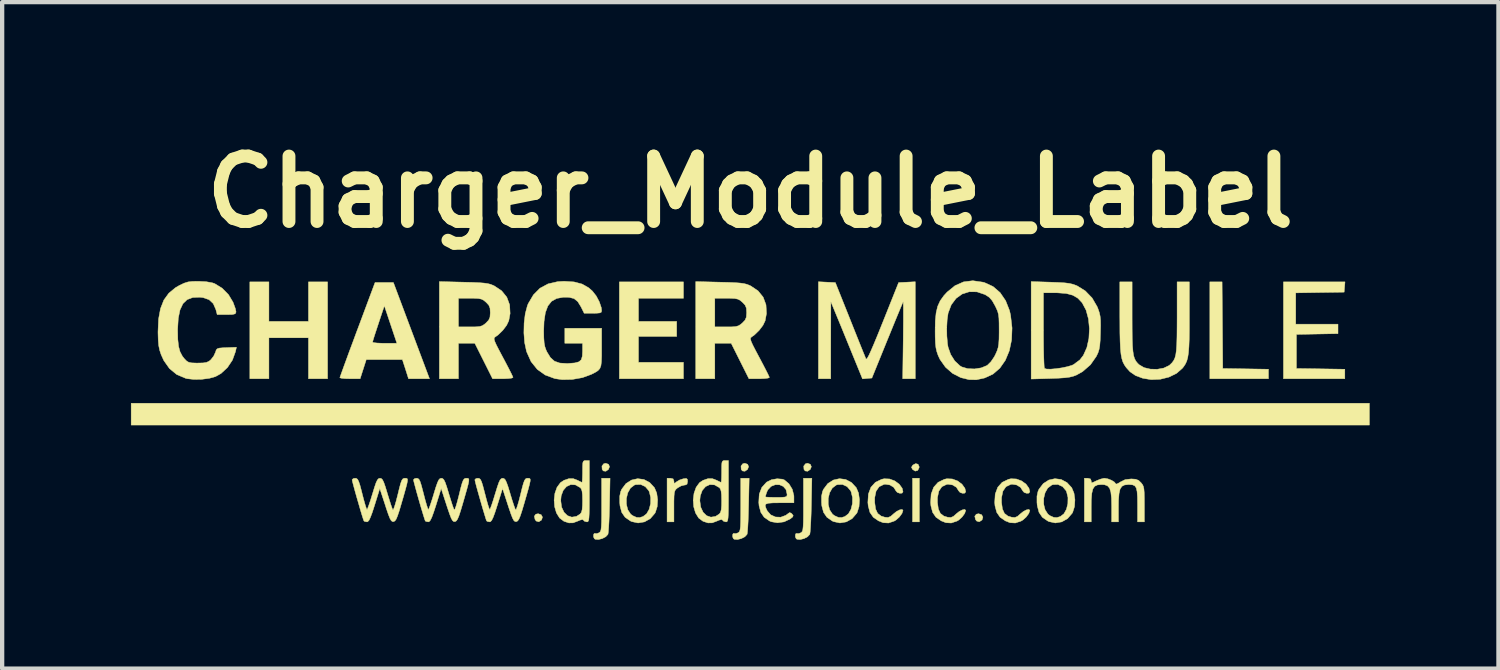
<source format=kicad_pcb>
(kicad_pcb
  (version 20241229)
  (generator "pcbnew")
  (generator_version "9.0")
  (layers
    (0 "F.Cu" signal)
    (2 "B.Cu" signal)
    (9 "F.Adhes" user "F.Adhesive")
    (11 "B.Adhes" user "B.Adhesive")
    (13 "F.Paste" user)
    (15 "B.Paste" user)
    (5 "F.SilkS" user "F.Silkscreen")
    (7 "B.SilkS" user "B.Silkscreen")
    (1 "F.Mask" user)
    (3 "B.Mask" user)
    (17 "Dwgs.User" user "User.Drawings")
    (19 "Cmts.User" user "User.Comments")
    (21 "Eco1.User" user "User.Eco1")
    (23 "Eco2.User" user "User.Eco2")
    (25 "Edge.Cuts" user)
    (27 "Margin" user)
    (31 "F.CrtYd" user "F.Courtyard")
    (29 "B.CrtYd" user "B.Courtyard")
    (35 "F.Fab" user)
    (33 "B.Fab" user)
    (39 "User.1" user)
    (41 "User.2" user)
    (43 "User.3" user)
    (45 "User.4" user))
  (footprint "Charger_Module_Label"
    (layer "F.Cu")
    (at 14.419 6.498)
    (property "Reference" "Charger_Module_Label" (at 0 -5.08 0) (layer "F.SilkS") (effects (font (size 1.524 1.524) (thickness 0.3))))
    (attr through_hole)
    (fp_poly (pts (xy 3.937 2.603) (xy 3.778 2.603) (xy 3.778 1.587) (xy 3.937 1.587) (xy 3.937 2.603)) (stroke (width 0.01) (type solid)) (fill yes) (layer "F.SilkS"))
    (fp_poly (pts (xy 14.415 0.349) (xy -14.415 0.349) (xy -14.415 -0.159) (xy 14.415 -0.159) (xy 14.415 0.349)) (stroke (width 0.01) (type solid)) (fill yes) (layer "F.SilkS"))
    (fp_poly (pts (xy 10.993 -1.976) (xy 11.001 -0.968) (xy 11.533 -0.96) (xy 12.065 -0.951) (xy 12.065 -0.73) (xy 10.7 -0.73) (xy 10.7 -2.985) (xy 10.985 -2.985) (xy 10.993 -1.976)) (stroke (width 0.01) (type solid)) (fill yes) (layer "F.SilkS"))
    (fp_poly (pts (xy -3.301 1.262) (xy -3.277 1.318) (xy -3.302 1.382) (xy -3.363 1.424) (xy -3.421 1.417) (xy -3.449 1.381) (xy -3.454 1.303) (xy -3.413 1.25) (xy -3.365 1.238) (xy -3.301 1.262)) (stroke (width 0.01) (type solid)) (fill yes) (layer "F.SilkS"))
    (fp_poly (pts (xy -0.062 1.262) (xy -0.039 1.318) (xy -0.064 1.382) (xy -0.125 1.424) (xy -0.183 1.417) (xy -0.211 1.381) (xy -0.216 1.303) (xy -0.175 1.25) (xy -0.127 1.238) (xy -0.062 1.262)) (stroke (width 0.01) (type solid)) (fill yes) (layer "F.SilkS"))
    (fp_poly (pts (xy 1.398 1.262) (xy 1.422 1.318) (xy 1.397 1.382) (xy 1.336 1.424) (xy 1.278 1.417) (xy 1.25 1.381) (xy 1.245 1.303) (xy 1.286 1.25) (xy 1.333 1.238) (xy 1.398 1.262)) (stroke (width 0.01) (type solid)) (fill yes) (layer "F.SilkS"))
    (fp_poly (pts (xy -4.869 2.436) (xy -4.839 2.492) (xy -4.859 2.557) (xy -4.861 2.56) (xy -4.924 2.601) (xy -4.985 2.583) (xy -5.011 2.548) (xy -5.028 2.471) (xy -4.993 2.424) (xy -4.938 2.413) (xy -4.869 2.436)) (stroke (width 0.01) (type solid)) (fill yes) (layer "F.SilkS"))
    (fp_poly (pts (xy 5.386 2.436) (xy 5.416 2.492) (xy 5.397 2.557) (xy 5.394 2.56) (xy 5.331 2.601) (xy 5.27 2.583) (xy 5.244 2.548) (xy 5.227 2.471) (xy 5.263 2.424) (xy 5.317 2.413) (xy 5.386 2.436)) (stroke (width 0.01) (type solid)) (fill yes) (layer "F.SilkS"))
    (fp_poly (pts (xy 3.906 1.261) (xy 3.932 1.317) (xy 3.931 1.341) (xy 3.899 1.405) (xy 3.841 1.421) (xy 3.779 1.382) (xy 3.778 1.381) (xy 3.753 1.333) (xy 3.779 1.288) (xy 3.786 1.28) (xy 3.851 1.246) (xy 3.906 1.261)) (stroke (width 0.01) (type solid)) (fill yes) (layer "F.SilkS"))
    (fp_poly (pts (xy -11.208 -2.064) (xy -10.287 -2.064) (xy -10.287 -2.985) (xy -9.842 -2.985) (xy -9.842 -0.73) (xy -10.287 -0.73) (xy -10.287 -1.683) (xy -11.208 -1.683) (xy -11.208 -0.73) (xy -11.652 -0.73) (xy -11.652 -2.985) (xy -11.208 -2.985) (xy -11.208 -2.064)) (stroke (width 0.01) (type solid)) (fill yes) (layer "F.SilkS"))
    (fp_poly (pts (xy -1.556 -2.603) (xy -2.603 -2.603) (xy -2.603 -2.064) (xy -1.714 -2.064) (xy -1.714 -1.714) (xy -2.603 -1.714) (xy -2.603 -1.111) (xy -1.556 -1.111) (xy -1.556 -0.73) (xy -3.048 -0.73) (xy -3.048 -2.985) (xy -1.556 -2.985) (xy -1.556 -2.603)) (stroke (width 0.01) (type solid)) (fill yes) (layer "F.SilkS"))
    (fp_poly (pts (xy 13.837 -2.865) (xy 13.827 -2.746) (xy 13.264 -2.738) (xy 12.7 -2.729) (xy 12.7 -2) (xy 13.684 -2) (xy 13.684 -1.78) (xy 13.2 -1.771) (xy 12.716 -1.762) (xy 12.716 -0.968) (xy 13.279 -0.96) (xy 13.843 -0.951) (xy 13.843 -0.73) (xy 12.414 -0.73) (xy 12.414 -2.985) (xy 13.847 -2.985) (xy 13.837 -2.865)) (stroke (width 0.01) (type solid)) (fill yes) (layer "F.SilkS"))
    (fp_poly (pts (xy -1.796 1.602) (xy -1.778 1.653) (xy -1.778 1.656) (xy -1.774 1.703) (xy -1.75 1.698) (xy -1.72 1.672) (xy -1.647 1.628) (xy -1.562 1.6) (xy -1.492 1.591) (xy -1.465 1.611) (xy -1.46 1.663) (xy -1.473 1.726) (xy -1.519 1.746) (xy -1.536 1.746) (xy -1.613 1.766) (xy -1.694 1.812) (xy -1.73 1.843) (xy -1.754 1.877) (xy -1.768 1.927) (xy -1.775 2.005) (xy -1.778 2.125) (xy -1.778 2.241) (xy -1.778 2.603) (xy -1.937 2.603) (xy -1.937 1.587) (xy -1.857 1.587) (xy -1.796 1.602)) (stroke (width 0.01) (type solid)) (fill yes) (layer "F.SilkS"))
    (fp_poly (pts (xy -3.277 2.215) (xy -3.282 2.41) (xy -3.289 2.587) (xy -3.297 2.732) (xy -3.305 2.837) (xy -3.313 2.891) (xy -3.314 2.893) (xy -3.365 2.949) (xy -3.447 2.992) (xy -3.537 3.014) (xy -3.61 3.008) (xy -3.63 2.995) (xy -3.649 2.953) (xy -3.649 2.903) (xy -3.634 2.872) (xy -3.62 2.873) (xy -3.571 2.875) (xy -3.525 2.858) (xy -3.503 2.843) (xy -3.486 2.819) (xy -3.475 2.778) (xy -3.468 2.711) (xy -3.463 2.608) (xy -3.461 2.462) (xy -3.461 2.263) (xy -3.461 2.206) (xy -3.461 1.587) (xy -3.265 1.587) (xy -3.277 2.215)) (stroke (width 0.01) (type solid)) (fill yes) (layer "F.SilkS"))
    (fp_poly (pts (xy -0.039 2.215) (xy -0.044 2.41) (xy -0.05 2.587) (xy -0.058 2.732) (xy -0.066 2.837) (xy -0.074 2.891) (xy -0.075 2.893) (xy -0.126 2.949) (xy -0.209 2.992) (xy -0.299 3.014) (xy -0.372 3.008) (xy -0.392 2.995) (xy -0.41 2.953) (xy -0.411 2.903) (xy -0.396 2.872) (xy -0.382 2.873) (xy -0.332 2.875) (xy -0.286 2.858) (xy -0.264 2.843) (xy -0.248 2.819) (xy -0.237 2.778) (xy -0.229 2.711) (xy -0.225 2.608) (xy -0.223 2.462) (xy -0.222 2.263) (xy -0.222 2.206) (xy -0.222 1.587) (xy -0.026 1.587) (xy -0.039 2.215)) (stroke (width 0.01) (type solid)) (fill yes) (layer "F.SilkS"))
    (fp_poly (pts (xy 1.422 2.215) (xy 1.417 2.41) (xy 1.41 2.587) (xy 1.402 2.732) (xy 1.394 2.837) (xy 1.386 2.891) (xy 1.385 2.893) (xy 1.334 2.949) (xy 1.252 2.992) (xy 1.162 3.014) (xy 1.089 3.008) (xy 1.069 2.995) (xy 1.05 2.953) (xy 1.05 2.903) (xy 1.065 2.872) (xy 1.079 2.873) (xy 1.128 2.875) (xy 1.174 2.858) (xy 1.196 2.843) (xy 1.213 2.819) (xy 1.224 2.778) (xy 1.231 2.711) (xy 1.236 2.608) (xy 1.238 2.462) (xy 1.238 2.263) (xy 1.238 2.206) (xy 1.238 1.587) (xy 1.434 1.587) (xy 1.422 2.215)) (stroke (width 0.01) (type solid)) (fill yes) (layer "F.SilkS"))
    (fp_poly (pts (xy -7.889 -1.849) (xy -7.469 -0.73) (xy -7.957 -0.73) (xy -8.028 -0.953) (xy -8.1 -1.175) (xy -8.52 -1.175) (xy -8.941 -1.175) (xy -9.084 -0.73) (xy -9.32 -0.73) (xy -9.434 -0.733) (xy -9.517 -0.741) (xy -9.555 -0.752) (xy -9.556 -0.754) (xy -9.545 -0.788) (xy -9.514 -0.875) (xy -9.466 -1.008) (xy -9.403 -1.18) (xy -9.328 -1.385) (xy -9.255 -1.58) (xy -8.795 -1.58) (xy -8.765 -1.57) (xy -8.687 -1.561) (xy -8.573 -1.556) (xy -8.511 -1.556) (xy -8.228 -1.556) (xy -8.52 -2.428) (xy -8.657 -2.017) (xy -8.707 -1.865) (xy -8.75 -1.734) (xy -8.78 -1.637) (xy -8.794 -1.585) (xy -8.795 -1.58) (xy -9.255 -1.58) (xy -9.242 -1.615) (xy -9.15 -1.864) (xy -9.146 -1.873) (xy -8.737 -2.969) (xy -8.309 -2.969) (xy -7.889 -1.849)) (stroke (width 0.01) (type solid)) (fill yes) (layer "F.SilkS"))
    (fp_poly (pts (xy -2.477 1.616) (xy -2.341 1.688) (xy -2.231 1.807) (xy -2.178 1.933) (xy -2.157 2.088) (xy -2.167 2.247) (xy -2.21 2.383) (xy -2.221 2.403) (xy -2.328 2.527) (xy -2.463 2.603) (xy -2.612 2.628) (xy -2.761 2.596) (xy -2.792 2.581) (xy -2.915 2.495) (xy -2.993 2.382) (xy -3.033 2.231) (xy -3.04 2.151) (xy -3.04 2.057) (xy -2.884 2.057) (xy -2.884 2.195) (xy -2.851 2.323) (xy -2.784 2.424) (xy -2.735 2.46) (xy -2.647 2.499) (xy -2.573 2.502) (xy -2.496 2.478) (xy -2.414 2.415) (xy -2.354 2.31) (xy -2.321 2.178) (xy -2.319 2.037) (xy -2.35 1.905) (xy -2.364 1.876) (xy -2.444 1.782) (xy -2.552 1.732) (xy -2.669 1.736) (xy -2.697 1.745) (xy -2.789 1.815) (xy -2.852 1.925) (xy -2.884 2.057) (xy -3.04 2.057) (xy -3.04 2.005) (xy -3.017 1.897) (xy -2.994 1.844) (xy -2.894 1.711) (xy -2.765 1.629) (xy -2.622 1.597) (xy -2.477 1.616)) (stroke (width 0.01) (type solid)) (fill yes) (layer "F.SilkS"))
    (fp_poly (pts (xy 2.222 1.616) (xy 2.358 1.688) (xy 2.468 1.807) (xy 2.521 1.933) (xy 2.542 2.088) (xy 2.532 2.247) (xy 2.489 2.383) (xy 2.478 2.403) (xy 2.371 2.527) (xy 2.236 2.603) (xy 2.087 2.628) (xy 1.938 2.596) (xy 1.907 2.581) (xy 1.784 2.495) (xy 1.706 2.382) (xy 1.666 2.231) (xy 1.659 2.151) (xy 1.659 2.057) (xy 1.815 2.057) (xy 1.815 2.195) (xy 1.848 2.323) (xy 1.915 2.424) (xy 1.964 2.46) (xy 2.052 2.499) (xy 2.126 2.502) (xy 2.203 2.478) (xy 2.285 2.415) (xy 2.345 2.31) (xy 2.378 2.178) (xy 2.38 2.037) (xy 2.349 1.905) (xy 2.335 1.876) (xy 2.255 1.782) (xy 2.147 1.732) (xy 2.03 1.736) (xy 2.002 1.745) (xy 1.91 1.815) (xy 1.847 1.925) (xy 1.815 2.057) (xy 1.659 2.057) (xy 1.659 2.005) (xy 1.682 1.897) (xy 1.705 1.844) (xy 1.805 1.711) (xy 1.934 1.629) (xy 2.077 1.597) (xy 2.222 1.616)) (stroke (width 0.01) (type solid)) (fill yes) (layer "F.SilkS"))
    (fp_poly (pts (xy 3.242 1.604) (xy 3.364 1.649) (xy 3.468 1.725) (xy 3.537 1.82) (xy 3.556 1.903) (xy 3.533 1.934) (xy 3.48 1.937) (xy 3.424 1.917) (xy 3.389 1.878) (xy 3.389 1.876) (xy 3.339 1.797) (xy 3.249 1.743) (xy 3.143 1.726) (xy 3.11 1.731) (xy 3.001 1.784) (xy 2.929 1.887) (xy 2.897 2.039) (xy 2.897 2.152) (xy 2.918 2.304) (xy 2.966 2.406) (xy 3.047 2.468) (xy 3.134 2.495) (xy 3.208 2.501) (xy 3.269 2.475) (xy 3.335 2.417) (xy 3.405 2.361) (xy 3.477 2.324) (xy 3.533 2.313) (xy 3.556 2.334) (xy 3.556 2.335) (xy 3.532 2.407) (xy 3.472 2.489) (xy 3.394 2.559) (xy 3.354 2.583) (xy 3.218 2.629) (xy 3.094 2.622) (xy 2.987 2.58) (xy 2.864 2.495) (xy 2.786 2.383) (xy 2.746 2.231) (xy 2.738 2.151) (xy 2.75 1.955) (xy 2.809 1.797) (xy 2.913 1.682) (xy 3.058 1.612) (xy 3.116 1.599) (xy 3.242 1.604)) (stroke (width 0.01) (type solid)) (fill yes) (layer "F.SilkS"))
    (fp_poly (pts (xy 4.702 1.604) (xy 4.825 1.649) (xy 4.928 1.725) (xy 4.997 1.82) (xy 5.016 1.903) (xy 4.993 1.934) (xy 4.94 1.937) (xy 4.884 1.917) (xy 4.85 1.878) (xy 4.849 1.876) (xy 4.799 1.797) (xy 4.71 1.743) (xy 4.604 1.726) (xy 4.571 1.731) (xy 4.461 1.784) (xy 4.39 1.887) (xy 4.358 2.039) (xy 4.358 2.152) (xy 4.379 2.304) (xy 4.426 2.406) (xy 4.507 2.468) (xy 4.595 2.495) (xy 4.669 2.501) (xy 4.73 2.475) (xy 4.795 2.417) (xy 4.865 2.361) (xy 4.937 2.324) (xy 4.993 2.313) (xy 5.016 2.334) (xy 5.016 2.335) (xy 4.992 2.407) (xy 4.932 2.489) (xy 4.855 2.559) (xy 4.815 2.583) (xy 4.679 2.629) (xy 4.555 2.622) (xy 4.447 2.58) (xy 4.324 2.495) (xy 4.246 2.383) (xy 4.206 2.231) (xy 4.199 2.151) (xy 4.211 1.955) (xy 4.27 1.797) (xy 4.373 1.682) (xy 4.518 1.612) (xy 4.576 1.599) (xy 4.702 1.604)) (stroke (width 0.01) (type solid)) (fill yes) (layer "F.SilkS"))
    (fp_poly (pts (xy 6.194 1.604) (xy 6.317 1.649) (xy 6.421 1.725) (xy 6.489 1.82) (xy 6.509 1.903) (xy 6.485 1.934) (xy 6.433 1.937) (xy 6.376 1.917) (xy 6.342 1.878) (xy 6.342 1.876) (xy 6.291 1.797) (xy 6.202 1.743) (xy 6.096 1.726) (xy 6.063 1.731) (xy 5.953 1.784) (xy 5.882 1.887) (xy 5.85 2.039) (xy 5.85 2.152) (xy 5.871 2.304) (xy 5.918 2.406) (xy 5.999 2.468) (xy 6.087 2.495) (xy 6.161 2.501) (xy 6.222 2.475) (xy 6.288 2.417) (xy 6.358 2.361) (xy 6.429 2.324) (xy 6.486 2.313) (xy 6.509 2.334) (xy 6.509 2.335) (xy 6.485 2.407) (xy 6.425 2.489) (xy 6.347 2.559) (xy 6.307 2.583) (xy 6.171 2.629) (xy 6.047 2.622) (xy 5.94 2.58) (xy 5.817 2.495) (xy 5.739 2.383) (xy 5.698 2.231) (xy 5.691 2.151) (xy 5.703 1.955) (xy 5.762 1.797) (xy 5.865 1.682) (xy 6.011 1.612) (xy 6.069 1.599) (xy 6.194 1.604)) (stroke (width 0.01) (type solid)) (fill yes) (layer "F.SilkS"))
    (fp_poly (pts (xy 7.239 1.616) (xy 7.374 1.688) (xy 7.484 1.807) (xy 7.537 1.933) (xy 7.559 2.088) (xy 7.549 2.247) (xy 7.506 2.383) (xy 7.494 2.403) (xy 7.387 2.527) (xy 7.252 2.603) (xy 7.103 2.628) (xy 6.954 2.596) (xy 6.924 2.581) (xy 6.8 2.495) (xy 6.723 2.382) (xy 6.683 2.231) (xy 6.675 2.151) (xy 6.675 2.057) (xy 6.832 2.057) (xy 6.832 2.195) (xy 6.865 2.323) (xy 6.931 2.424) (xy 6.98 2.46) (xy 7.068 2.499) (xy 7.142 2.502) (xy 7.22 2.478) (xy 7.302 2.415) (xy 7.361 2.31) (xy 7.394 2.178) (xy 7.397 2.037) (xy 7.365 1.905) (xy 7.352 1.876) (xy 7.272 1.782) (xy 7.164 1.732) (xy 7.046 1.736) (xy 7.019 1.745) (xy 6.926 1.815) (xy 6.864 1.925) (xy 6.832 2.057) (xy 6.675 2.057) (xy 6.675 2.005) (xy 6.698 1.897) (xy 6.721 1.844) (xy 6.822 1.711) (xy 6.95 1.629) (xy 7.093 1.597) (xy 7.239 1.616)) (stroke (width 0.01) (type solid)) (fill yes) (layer "F.SilkS"))
    (fp_poly (pts (xy 3.842 -0.73) (xy 3.549 -0.73) (xy 3.561 -1.632) (xy 3.563 -1.864) (xy 3.565 -2.072) (xy 3.565 -2.25) (xy 3.565 -2.39) (xy 3.563 -2.483) (xy 3.561 -2.522) (xy 3.56 -2.523) (xy 3.546 -2.492) (xy 3.511 -2.409) (xy 3.458 -2.282) (xy 3.39 -2.118) (xy 3.311 -1.925) (xy 3.223 -1.709) (xy 3.19 -1.629) (xy 2.831 -0.746) (xy 2.722 -0.737) (xy 2.613 -0.727) (xy 2.395 -1.26) (xy 2.311 -1.466) (xy 2.222 -1.684) (xy 2.136 -1.895) (xy 2.061 -2.077) (xy 2.027 -2.159) (xy 1.876 -2.524) (xy 1.874 -1.627) (xy 1.873 -0.73) (xy 1.587 -0.73) (xy 1.587 -2.988) (xy 1.784 -2.978) (xy 1.981 -2.969) (xy 2.324 -2.111) (xy 2.412 -1.89) (xy 2.494 -1.685) (xy 2.566 -1.505) (xy 2.625 -1.359) (xy 2.668 -1.254) (xy 2.691 -1.197) (xy 2.693 -1.193) (xy 2.706 -1.188) (xy 2.729 -1.216) (xy 2.764 -1.28) (xy 2.813 -1.387) (xy 2.878 -1.538) (xy 2.962 -1.74) (xy 3.065 -1.996) (xy 3.087 -2.05) (xy 3.454 -2.969) (xy 3.648 -2.978) (xy 3.842 -2.988) (xy 3.842 -0.73)) (stroke (width 0.01) (type solid)) (fill yes) (layer "F.SilkS"))
    (fp_poly (pts (xy 8.89 -2.158) (xy 8.891 -1.885) (xy 8.893 -1.667) (xy 8.899 -1.498) (xy 8.91 -1.368) (xy 8.925 -1.27) (xy 8.948 -1.197) (xy 8.978 -1.14) (xy 9.018 -1.091) (xy 9.054 -1.056) (xy 9.168 -0.989) (xy 9.315 -0.954) (xy 9.475 -0.95) (xy 9.627 -0.978) (xy 9.75 -1.037) (xy 9.772 -1.055) (xy 9.82 -1.102) (xy 9.857 -1.152) (xy 9.886 -1.212) (xy 9.907 -1.291) (xy 9.921 -1.395) (xy 9.93 -1.534) (xy 9.935 -1.714) (xy 9.937 -1.944) (xy 9.938 -2.158) (xy 9.938 -2.985) (xy 10.223 -2.985) (xy 10.223 -2.155) (xy 10.223 -1.874) (xy 10.22 -1.649) (xy 10.213 -1.472) (xy 10.202 -1.333) (xy 10.186 -1.227) (xy 10.163 -1.143) (xy 10.132 -1.075) (xy 10.092 -1.013) (xy 10.06 -0.973) (xy 9.925 -0.855) (xy 9.748 -0.768) (xy 9.546 -0.718) (xy 9.335 -0.709) (xy 9.139 -0.741) (xy 8.97 -0.804) (xy 8.842 -0.892) (xy 8.752 -0.992) (xy 8.71 -1.054) (xy 8.676 -1.12) (xy 8.651 -1.2) (xy 8.632 -1.3) (xy 8.619 -1.429) (xy 8.611 -1.594) (xy 8.606 -1.804) (xy 8.605 -2.067) (xy 8.604 -2.167) (xy 8.604 -2.985) (xy 8.89 -2.985) (xy 8.89 -2.158)) (stroke (width 0.01) (type solid)) (fill yes) (layer "F.SilkS"))
    (fp_poly (pts (xy 0.746 1.609) (xy 0.793 1.626) (xy 0.9 1.716) (xy 0.978 1.844) (xy 1.015 1.991) (xy 1.016 2.021) (xy 1.016 2.159) (xy 0.683 2.159) (xy 0.523 2.161) (xy 0.419 2.169) (xy 0.363 2.189) (xy 0.347 2.226) (xy 0.365 2.284) (xy 0.395 2.347) (xy 0.476 2.439) (xy 0.587 2.489) (xy 0.71 2.494) (xy 0.828 2.45) (xy 0.866 2.421) (xy 0.914 2.387) (xy 0.952 2.4) (xy 0.972 2.419) (xy 0.999 2.455) (xy 0.987 2.488) (xy 0.927 2.536) (xy 0.926 2.536) (xy 0.787 2.602) (xy 0.633 2.624) (xy 0.487 2.599) (xy 0.447 2.581) (xy 0.323 2.495) (xy 0.246 2.382) (xy 0.205 2.23) (xy 0.198 2.151) (xy 0.205 2.021) (xy 0.349 2.021) (xy 0.378 2.026) (xy 0.456 2.03) (xy 0.567 2.032) (xy 0.603 2.032) (xy 0.729 2.031) (xy 0.805 2.025) (xy 0.843 2.012) (xy 0.856 1.986) (xy 0.857 1.96) (xy 0.832 1.851) (xy 0.768 1.777) (xy 0.679 1.739) (xy 0.579 1.738) (xy 0.485 1.776) (xy 0.41 1.855) (xy 0.384 1.909) (xy 0.361 1.98) (xy 0.349 2.02) (xy 0.349 2.021) (xy 0.205 2.021) (xy 0.209 1.957) (xy 0.268 1.802) (xy 0.376 1.682) (xy 0.387 1.674) (xy 0.495 1.621) (xy 0.625 1.599) (xy 0.746 1.609)) (stroke (width 0.01) (type solid)) (fill yes) (layer "F.SilkS"))
    (fp_poly (pts (xy 7.921 1.603) (xy 7.938 1.648) (xy 7.941 1.684) (xy 7.961 1.691) (xy 8.014 1.668) (xy 8.055 1.648) (xy 8.149 1.609) (xy 8.233 1.588) (xy 8.247 1.587) (xy 8.325 1.601) (xy 8.41 1.634) (xy 8.478 1.676) (xy 8.509 1.715) (xy 8.509 1.717) (xy 8.531 1.722) (xy 8.587 1.694) (xy 8.612 1.677) (xy 8.727 1.62) (xy 8.869 1.603) (xy 8.973 1.61) (xy 9.041 1.637) (xy 9.099 1.692) (xy 9.131 1.733) (xy 9.152 1.776) (xy 9.165 1.834) (xy 9.172 1.919) (xy 9.175 2.045) (xy 9.176 2.193) (xy 9.176 2.603) (xy 9.017 2.603) (xy 9.017 2.211) (xy 9.015 2.027) (xy 9.006 1.897) (xy 8.987 1.813) (xy 8.952 1.763) (xy 8.899 1.74) (xy 8.822 1.734) (xy 8.804 1.734) (xy 8.716 1.743) (xy 8.653 1.775) (xy 8.61 1.84) (xy 8.586 1.946) (xy 8.574 2.1) (xy 8.572 2.242) (xy 8.572 2.603) (xy 8.414 2.603) (xy 8.414 2.242) (xy 8.41 2.049) (xy 8.395 1.91) (xy 8.366 1.818) (xy 8.318 1.764) (xy 8.248 1.738) (xy 8.176 1.734) (xy 8.085 1.742) (xy 8.02 1.773) (xy 7.977 1.836) (xy 7.952 1.938) (xy 7.94 2.088) (xy 7.938 2.242) (xy 7.938 2.603) (xy 7.779 2.603) (xy 7.779 1.587) (xy 7.858 1.587) (xy 7.921 1.603)) (stroke (width 0.01) (type solid)) (fill yes) (layer "F.SilkS"))
    (fp_poly (pts (xy -6.675 -2.978) (xy -6.468 -2.973) (xy -6.313 -2.966) (xy -6.199 -2.957) (xy -6.114 -2.945) (xy -6.047 -2.928) (xy -5.987 -2.904) (xy -5.961 -2.892) (xy -5.789 -2.777) (xy -5.669 -2.629) (xy -5.603 -2.451) (xy -5.592 -2.248) (xy -5.623 -2.08) (xy -5.674 -1.973) (xy -5.762 -1.857) (xy -5.87 -1.752) (xy -5.944 -1.699) (xy -5.961 -1.681) (xy -5.964 -1.651) (xy -5.949 -1.599) (xy -5.913 -1.518) (xy -5.852 -1.399) (xy -5.764 -1.233) (xy -5.761 -1.228) (xy -5.68 -1.075) (xy -5.611 -0.942) (xy -5.559 -0.839) (xy -5.529 -0.774) (xy -5.524 -0.759) (xy -5.554 -0.745) (xy -5.631 -0.735) (xy -5.74 -0.73) (xy -5.762 -0.73) (xy -6 -0.73) (xy -6.207 -1.143) (xy -6.414 -1.556) (xy -6.795 -1.556) (xy -6.795 -0.73) (xy -7.239 -0.73) (xy -7.239 -2.603) (xy -6.795 -2.603) (xy -6.795 -1.937) (xy -6.525 -1.937) (xy -6.391 -1.938) (xy -6.302 -1.946) (xy -6.241 -1.964) (xy -6.19 -1.997) (xy -6.155 -2.027) (xy -6.091 -2.094) (xy -6.061 -2.163) (xy -6.054 -2.263) (xy -6.054 -2.27) (xy -6.06 -2.373) (xy -6.088 -2.442) (xy -6.15 -2.509) (xy -6.155 -2.513) (xy -6.209 -2.558) (xy -6.262 -2.584) (xy -6.331 -2.598) (xy -6.435 -2.603) (xy -6.525 -2.603) (xy -6.795 -2.603) (xy -7.239 -2.603) (xy -7.239 -2.992) (xy -6.675 -2.978)) (stroke (width 0.01) (type solid)) (fill yes) (layer "F.SilkS"))
    (fp_poly (pts (xy -0.706 -2.978) (xy -0.499 -2.973) (xy -0.344 -2.966) (xy -0.23 -2.957) (xy -0.145 -2.945) (xy -0.078 -2.928) (xy -0.018 -2.904) (xy 0.008 -2.892) (xy 0.18 -2.777) (xy 0.3 -2.629) (xy 0.366 -2.451) (xy 0.377 -2.248) (xy 0.346 -2.08) (xy 0.295 -1.973) (xy 0.207 -1.857) (xy 0.099 -1.752) (xy 0.025 -1.699) (xy 0.008 -1.681) (xy 0.005 -1.651) (xy 0.02 -1.599) (xy 0.056 -1.518) (xy 0.117 -1.399) (xy 0.205 -1.233) (xy 0.208 -1.228) (xy 0.289 -1.075) (xy 0.358 -0.942) (xy 0.41 -0.839) (xy 0.44 -0.774) (xy 0.445 -0.759) (xy 0.415 -0.745) (xy 0.338 -0.735) (xy 0.229 -0.73) (xy 0.207 -0.73) (xy -0.031 -0.73) (xy -0.238 -1.143) (xy -0.445 -1.556) (xy -0.826 -1.556) (xy -0.826 -0.73) (xy -1.27 -0.73) (xy -1.27 -2.603) (xy -0.826 -2.603) (xy -0.826 -1.937) (xy -0.556 -1.937) (xy -0.422 -1.938) (xy -0.333 -1.946) (xy -0.272 -1.964) (xy -0.221 -1.997) (xy -0.186 -2.027) (xy -0.122 -2.094) (xy -0.092 -2.163) (xy -0.085 -2.263) (xy -0.085 -2.27) (xy -0.091 -2.373) (xy -0.119 -2.442) (xy -0.181 -2.509) (xy -0.186 -2.513) (xy -0.24 -2.558) (xy -0.293 -2.584) (xy -0.362 -2.598) (xy -0.466 -2.603) (xy -0.556 -2.603) (xy -0.826 -2.603) (xy -1.27 -2.603) (xy -1.27 -2.992) (xy -0.706 -2.978)) (stroke (width 0.01) (type solid)) (fill yes) (layer "F.SilkS"))
    (fp_poly (pts (xy -3.747 1.889) (xy -3.747 2.12) (xy -3.748 2.295) (xy -3.751 2.421) (xy -3.756 2.508) (xy -3.763 2.562) (xy -3.775 2.59) (xy -3.79 2.602) (xy -3.807 2.603) (xy -3.864 2.586) (xy -3.881 2.565) (xy -3.907 2.547) (xy -3.97 2.564) (xy -4.007 2.581) (xy -4.124 2.625) (xy -4.223 2.627) (xy -4.336 2.59) (xy -4.337 2.59) (xy -4.44 2.513) (xy -4.513 2.395) (xy -4.555 2.251) (xy -4.566 2.106) (xy -4.413 2.106) (xy -4.393 2.259) (xy -4.337 2.379) (xy -4.255 2.459) (xy -4.155 2.493) (xy -4.047 2.475) (xy -3.961 2.42) (xy -3.932 2.381) (xy -3.915 2.318) (xy -3.907 2.217) (xy -3.905 2.111) (xy -3.908 1.973) (xy -3.918 1.884) (xy -3.938 1.83) (xy -3.961 1.804) (xy -4.072 1.741) (xy -4.18 1.735) (xy -4.278 1.78) (xy -4.355 1.869) (xy -4.403 1.997) (xy -4.413 2.106) (xy -4.566 2.106) (xy -4.567 2.093) (xy -4.549 1.938) (xy -4.5 1.799) (xy -4.42 1.69) (xy -4.336 1.634) (xy -4.219 1.595) (xy -4.125 1.595) (xy -4.026 1.633) (xy -4.021 1.635) (xy -3.955 1.668) (xy -3.918 1.683) (xy -3.917 1.683) (xy -3.912 1.654) (xy -3.908 1.576) (xy -3.905 1.465) (xy -3.905 1.429) (xy -3.904 1.303) (xy -3.899 1.227) (xy -3.885 1.19) (xy -3.859 1.176) (xy -3.826 1.175) (xy -3.747 1.175) (xy -3.747 1.889)) (stroke (width 0.01) (type solid)) (fill yes) (layer "F.SilkS"))
    (fp_poly (pts (xy -0.508 1.889) (xy -0.508 2.12) (xy -0.509 2.295) (xy -0.512 2.421) (xy -0.517 2.508) (xy -0.525 2.562) (xy -0.536 2.59) (xy -0.552 2.602) (xy -0.569 2.603) (xy -0.625 2.586) (xy -0.642 2.565) (xy -0.669 2.547) (xy -0.731 2.564) (xy -0.769 2.581) (xy -0.885 2.625) (xy -0.984 2.627) (xy -1.097 2.59) (xy -1.099 2.59) (xy -1.202 2.513) (xy -1.275 2.395) (xy -1.317 2.251) (xy -1.328 2.106) (xy -1.175 2.106) (xy -1.154 2.259) (xy -1.098 2.379) (xy -1.016 2.459) (xy -0.917 2.493) (xy -0.808 2.475) (xy -0.722 2.42) (xy -0.693 2.381) (xy -0.676 2.318) (xy -0.668 2.217) (xy -0.667 2.111) (xy -0.67 1.973) (xy -0.68 1.884) (xy -0.7 1.83) (xy -0.722 1.804) (xy -0.833 1.741) (xy -0.942 1.735) (xy -1.039 1.78) (xy -1.117 1.869) (xy -1.164 1.997) (xy -1.175 2.106) (xy -1.328 2.106) (xy -1.329 2.093) (xy -1.31 1.938) (xy -1.261 1.799) (xy -1.182 1.69) (xy -1.097 1.634) (xy -0.98 1.595) (xy -0.886 1.595) (xy -0.787 1.633) (xy -0.782 1.635) (xy -0.716 1.668) (xy -0.68 1.683) (xy -0.679 1.683) (xy -0.673 1.654) (xy -0.669 1.576) (xy -0.667 1.465) (xy -0.667 1.429) (xy -0.666 1.303) (xy -0.661 1.227) (xy -0.647 1.19) (xy -0.621 1.176) (xy -0.587 1.175) (xy -0.508 1.175) (xy -0.508 1.889)) (stroke (width 0.01) (type solid)) (fill yes) (layer "F.SilkS"))
    (fp_poly (pts (xy 6.993 -2.978) (xy 7.183 -2.971) (xy 7.324 -2.962) (xy 7.429 -2.949) (xy 7.514 -2.929) (xy 7.591 -2.901) (xy 7.611 -2.892) (xy 7.8 -2.775) (xy 7.959 -2.61) (xy 8.077 -2.407) (xy 8.095 -2.363) (xy 8.126 -2.273) (xy 8.145 -2.188) (xy 8.155 -2.091) (xy 8.157 -1.966) (xy 8.153 -1.795) (xy 8.153 -1.794) (xy 8.147 -1.624) (xy 8.137 -1.502) (xy 8.121 -1.411) (xy 8.097 -1.335) (xy 8.061 -1.259) (xy 8.057 -1.251) (xy 7.92 -1.055) (xy 7.737 -0.896) (xy 7.59 -0.814) (xy 7.517 -0.787) (xy 7.434 -0.767) (xy 7.326 -0.753) (xy 7.181 -0.743) (xy 6.993 -0.736) (xy 6.54 -0.723) (xy 6.54 -2.731) (xy 6.826 -2.731) (xy 6.826 -1.863) (xy 6.827 -1.634) (xy 6.829 -1.426) (xy 6.833 -1.247) (xy 6.838 -1.106) (xy 6.843 -1.011) (xy 6.85 -0.971) (xy 6.85 -0.97) (xy 6.9 -0.955) (xy 6.995 -0.953) (xy 7.117 -0.964) (xy 7.251 -0.983) (xy 7.38 -1.01) (xy 7.486 -1.041) (xy 7.524 -1.058) (xy 7.675 -1.17) (xy 7.755 -1.274) (xy 7.837 -1.456) (xy 7.884 -1.669) (xy 7.896 -1.897) (xy 7.874 -2.122) (xy 7.818 -2.328) (xy 7.728 -2.497) (xy 7.725 -2.501) (xy 7.627 -2.605) (xy 7.507 -2.675) (xy 7.355 -2.715) (xy 7.156 -2.73) (xy 7.113 -2.731) (xy 6.826 -2.731) (xy 6.54 -2.731) (xy 6.54 -2.992) (xy 6.993 -2.978)) (stroke (width 0.01) (type solid)) (fill yes) (layer "F.SilkS"))
    (fp_poly (pts (xy -4.103 -2.984) (xy -3.917 -2.935) (xy -3.762 -2.847) (xy -3.675 -2.77) (xy -3.586 -2.656) (xy -3.514 -2.519) (xy -3.469 -2.385) (xy -3.461 -2.314) (xy -3.468 -2.281) (xy -3.501 -2.263) (xy -3.572 -2.256) (xy -3.664 -2.254) (xy -3.867 -2.254) (xy -3.942 -2.405) (xy -4.016 -2.525) (xy -4.103 -2.596) (xy -4.22 -2.626) (xy -4.357 -2.627) (xy -4.509 -2.599) (xy -4.627 -2.533) (xy -4.713 -2.424) (xy -4.771 -2.269) (xy -4.802 -2.062) (xy -4.81 -1.841) (xy -4.807 -1.68) (xy -4.799 -1.565) (xy -4.782 -1.476) (xy -4.754 -1.397) (xy -4.734 -1.354) (xy -4.653 -1.222) (xy -4.559 -1.138) (xy -4.435 -1.095) (xy -4.27 -1.085) (xy -4.235 -1.086) (xy -4.086 -1.098) (xy -3.99 -1.124) (xy -3.935 -1.173) (xy -3.911 -1.255) (xy -3.905 -1.369) (xy -3.905 -1.556) (xy -4.318 -1.556) (xy -4.318 -1.905) (xy -3.461 -1.905) (xy -3.461 -1.45) (xy -3.461 -1.262) (xy -3.466 -1.127) (xy -3.478 -1.032) (xy -3.503 -0.967) (xy -3.546 -0.919) (xy -3.61 -0.878) (xy -3.7 -0.832) (xy -3.7 -0.832) (xy -3.907 -0.756) (xy -4.143 -0.714) (xy -4.38 -0.709) (xy -4.549 -0.733) (xy -4.774 -0.816) (xy -4.959 -0.948) (xy -5.104 -1.128) (xy -5.206 -1.355) (xy -5.212 -1.375) (xy -5.254 -1.572) (xy -5.271 -1.796) (xy -5.266 -2.027) (xy -5.239 -2.245) (xy -5.19 -2.429) (xy -5.171 -2.477) (xy -5.049 -2.684) (xy -4.897 -2.837) (xy -4.71 -2.938) (xy -4.486 -2.99) (xy -4.334 -2.999) (xy -4.103 -2.984)) (stroke (width 0.01) (type solid)) (fill yes) (layer "F.SilkS"))
    (fp_poly (pts (xy -12.845 -2.998) (xy -12.669 -2.989) (xy -12.529 -2.964) (xy -12.473 -2.946) (xy -12.297 -2.838) (xy -12.149 -2.688) (xy -12.044 -2.513) (xy -12.035 -2.489) (xy -11.989 -2.363) (xy -11.973 -2.284) (xy -11.993 -2.242) (xy -12.056 -2.226) (xy -12.168 -2.223) (xy -12.191 -2.223) (xy -12.412 -2.223) (xy -12.444 -2.344) (xy -12.504 -2.48) (xy -12.6 -2.57) (xy -12.74 -2.619) (xy -12.819 -2.628) (xy -12.983 -2.621) (xy -13.112 -2.572) (xy -13.21 -2.477) (xy -13.278 -2.333) (xy -13.318 -2.137) (xy -13.333 -1.886) (xy -13.333 -1.857) (xy -13.329 -1.645) (xy -13.311 -1.483) (xy -13.277 -1.358) (xy -13.224 -1.257) (xy -13.177 -1.197) (xy -13.125 -1.143) (xy -13.075 -1.113) (xy -13.007 -1.099) (xy -12.901 -1.095) (xy -12.864 -1.095) (xy -12.74 -1.098) (xy -12.659 -1.111) (xy -12.601 -1.138) (xy -12.559 -1.173) (xy -12.494 -1.256) (xy -12.452 -1.347) (xy -12.451 -1.348) (xy -12.436 -1.398) (xy -12.411 -1.427) (xy -12.363 -1.443) (xy -12.275 -1.451) (xy -12.195 -1.454) (xy -11.964 -1.463) (xy -11.987 -1.359) (xy -12.057 -1.165) (xy -12.173 -0.991) (xy -12.323 -0.852) (xy -12.452 -0.78) (xy -12.594 -0.74) (xy -12.77 -0.717) (xy -12.951 -0.714) (xy -13.109 -0.731) (xy -13.146 -0.74) (xy -13.354 -0.828) (xy -13.523 -0.967) (xy -13.656 -1.156) (xy -13.718 -1.293) (xy -13.752 -1.396) (xy -13.774 -1.503) (xy -13.785 -1.633) (xy -13.79 -1.804) (xy -13.79 -1.826) (xy -13.777 -2.12) (xy -13.732 -2.363) (xy -13.654 -2.562) (xy -13.538 -2.722) (xy -13.383 -2.85) (xy -13.288 -2.905) (xy -13.182 -2.955) (xy -13.09 -2.984) (xy -12.987 -2.996) (xy -12.848 -2.998) (xy -12.845 -2.998)) (stroke (width 0.01) (type solid)) (fill yes) (layer "F.SilkS"))
    (fp_poly (pts (xy 5.417 -2.978) (xy 5.457 -2.967) (xy 5.652 -2.877) (xy 5.817 -2.735) (xy 5.946 -2.546) (xy 6.036 -2.318) (xy 6.061 -2.207) (xy 6.095 -1.911) (xy 6.084 -1.633) (xy 6.031 -1.381) (xy 5.939 -1.16) (xy 5.811 -0.976) (xy 5.65 -0.837) (xy 5.457 -0.748) (xy 5.457 -0.748) (xy 5.268 -0.707) (xy 5.097 -0.708) (xy 4.914 -0.753) (xy 4.895 -0.759) (xy 4.709 -0.855) (xy 4.545 -0.999) (xy 4.418 -1.178) (xy 4.375 -1.269) (xy 4.344 -1.358) (xy 4.323 -1.448) (xy 4.311 -1.558) (xy 4.305 -1.702) (xy 4.304 -1.841) (xy 4.305 -1.918) (xy 4.574 -1.918) (xy 4.577 -1.723) (xy 4.592 -1.545) (xy 4.606 -1.464) (xy 4.666 -1.294) (xy 4.761 -1.144) (xy 4.88 -1.032) (xy 4.925 -1.005) (xy 5.06 -0.965) (xy 5.22 -0.958) (xy 5.378 -0.983) (xy 5.509 -1.037) (xy 5.522 -1.046) (xy 5.604 -1.127) (xy 5.683 -1.244) (xy 5.711 -1.299) (xy 5.747 -1.381) (xy 5.771 -1.457) (xy 5.785 -1.542) (xy 5.792 -1.654) (xy 5.794 -1.807) (xy 5.794 -1.86) (xy 5.793 -2.025) (xy 5.789 -2.143) (xy 5.778 -2.23) (xy 5.758 -2.303) (xy 5.725 -2.378) (xy 5.699 -2.431) (xy 5.632 -2.549) (xy 5.564 -2.626) (xy 5.477 -2.683) (xy 5.462 -2.691) (xy 5.278 -2.753) (xy 5.099 -2.755) (xy 4.934 -2.703) (xy 4.792 -2.601) (xy 4.68 -2.452) (xy 4.608 -2.262) (xy 4.606 -2.254) (xy 4.584 -2.104) (xy 4.574 -1.918) (xy 4.305 -1.918) (xy 4.308 -2.078) (xy 4.327 -2.265) (xy 4.363 -2.416) (xy 4.422 -2.545) (xy 4.507 -2.664) (xy 4.584 -2.748) (xy 4.767 -2.897) (xy 4.966 -2.985) (xy 5.182 -3.012) (xy 5.417 -2.978)) (stroke (width 0.01) (type solid)) (fill yes) (layer "F.SilkS"))
    (fp_poly (pts (xy -8.01 1.588) (xy -7.99 1.595) (xy -7.98 1.615) (xy -7.983 1.658) (xy -7.998 1.732) (xy -8.028 1.843) (xy -8.072 2.001) (xy -8.123 2.175) (xy -8.173 2.346) (xy -8.213 2.464) (xy -8.244 2.539) (xy -8.273 2.58) (xy -8.302 2.596) (xy -8.307 2.597) (xy -8.336 2.594) (xy -8.362 2.571) (xy -8.392 2.518) (xy -8.428 2.426) (xy -8.476 2.286) (xy -8.498 2.216) (xy -8.626 1.826) (xy -8.747 2.215) (xy -8.801 2.382) (xy -8.844 2.496) (xy -8.877 2.566) (xy -8.907 2.598) (xy -8.925 2.603) (xy -8.981 2.592) (xy -8.996 2.58) (xy -9.011 2.54) (xy -9.039 2.452) (xy -9.076 2.33) (xy -9.117 2.187) (xy -9.161 2.036) (xy -9.202 1.891) (xy -9.236 1.765) (xy -9.261 1.671) (xy -9.271 1.624) (xy -9.271 1.622) (xy -9.244 1.595) (xy -9.199 1.587) (xy -9.167 1.593) (xy -9.141 1.615) (xy -9.116 1.665) (xy -9.087 1.752) (xy -9.051 1.888) (xy -9.035 1.953) (xy -8.998 2.095) (xy -8.965 2.211) (xy -8.939 2.289) (xy -8.924 2.318) (xy -8.909 2.289) (xy -8.88 2.211) (xy -8.841 2.096) (xy -8.798 1.955) (xy -8.797 1.953) (xy -8.749 1.796) (xy -8.713 1.691) (xy -8.683 1.628) (xy -8.656 1.597) (xy -8.625 1.588) (xy -8.621 1.587) (xy -8.59 1.595) (xy -8.562 1.623) (xy -8.533 1.683) (xy -8.498 1.783) (xy -8.452 1.934) (xy -8.449 1.945) (xy -8.405 2.087) (xy -8.367 2.207) (xy -8.337 2.291) (xy -8.321 2.326) (xy -8.306 2.306) (xy -8.28 2.236) (xy -8.247 2.125) (xy -8.211 1.985) (xy -8.207 1.969) (xy -8.168 1.809) (xy -8.139 1.702) (xy -8.114 1.636) (xy -8.09 1.602) (xy -8.062 1.589) (xy -8.04 1.587) (xy -8.01 1.588)) (stroke (width 0.01) (type solid)) (fill yes) (layer "F.SilkS"))
    (fp_poly (pts (xy -6.581 1.588) (xy -6.561 1.595) (xy -6.552 1.615) (xy -6.554 1.658) (xy -6.569 1.732) (xy -6.599 1.843) (xy -6.644 2.001) (xy -6.694 2.175) (xy -6.745 2.346) (xy -6.784 2.464) (xy -6.816 2.539) (xy -6.844 2.58) (xy -6.873 2.596) (xy -6.878 2.597) (xy -6.907 2.594) (xy -6.934 2.571) (xy -6.963 2.518) (xy -6.999 2.426) (xy -7.047 2.286) (xy -7.07 2.216) (xy -7.197 1.826) (xy -7.318 2.215) (xy -7.373 2.382) (xy -7.415 2.496) (xy -7.449 2.566) (xy -7.478 2.598) (xy -7.496 2.603) (xy -7.552 2.592) (xy -7.568 2.58) (xy -7.582 2.54) (xy -7.61 2.452) (xy -7.647 2.33) (xy -7.689 2.187) (xy -7.732 2.036) (xy -7.773 1.891) (xy -7.807 1.765) (xy -7.832 1.671) (xy -7.842 1.624) (xy -7.842 1.622) (xy -7.815 1.595) (xy -7.77 1.587) (xy -7.738 1.593) (xy -7.712 1.615) (xy -7.687 1.665) (xy -7.659 1.752) (xy -7.623 1.888) (xy -7.606 1.953) (xy -7.569 2.095) (xy -7.536 2.211) (xy -7.51 2.289) (xy -7.496 2.318) (xy -7.48 2.289) (xy -7.451 2.211) (xy -7.413 2.096) (xy -7.369 1.955) (xy -7.369 1.953) (xy -7.321 1.796) (xy -7.284 1.691) (xy -7.255 1.628) (xy -7.227 1.597) (xy -7.197 1.588) (xy -7.193 1.587) (xy -7.161 1.595) (xy -7.134 1.623) (xy -7.104 1.683) (xy -7.069 1.783) (xy -7.023 1.934) (xy -7.02 1.945) (xy -6.976 2.087) (xy -6.938 2.207) (xy -6.908 2.291) (xy -6.892 2.326) (xy -6.877 2.306) (xy -6.851 2.236) (xy -6.819 2.125) (xy -6.783 1.985) (xy -6.779 1.969) (xy -6.74 1.809) (xy -6.71 1.702) (xy -6.685 1.636) (xy -6.661 1.602) (xy -6.633 1.589) (xy -6.611 1.587) (xy -6.581 1.588)) (stroke (width 0.01) (type solid)) (fill yes) (layer "F.SilkS"))
    (fp_poly (pts (xy -5.153 1.588) (xy -5.132 1.595) (xy -5.123 1.615) (xy -5.125 1.658) (xy -5.141 1.732) (xy -5.17 1.843) (xy -5.215 2.001) (xy -5.265 2.175) (xy -5.316 2.346) (xy -5.355 2.464) (xy -5.387 2.539) (xy -5.415 2.58) (xy -5.444 2.596) (xy -5.449 2.597) (xy -5.478 2.594) (xy -5.505 2.571) (xy -5.534 2.518) (xy -5.57 2.426) (xy -5.618 2.286) (xy -5.641 2.216) (xy -5.768 1.826) (xy -5.89 2.215) (xy -5.944 2.382) (xy -5.986 2.496) (xy -6.02 2.566) (xy -6.049 2.598) (xy -6.068 2.603) (xy -6.123 2.592) (xy -6.139 2.58) (xy -6.154 2.54) (xy -6.181 2.452) (xy -6.218 2.33) (xy -6.26 2.187) (xy -6.303 2.036) (xy -6.344 1.891) (xy -6.379 1.765) (xy -6.403 1.671) (xy -6.413 1.624) (xy -6.413 1.622) (xy -6.387 1.595) (xy -6.341 1.587) (xy -6.309 1.593) (xy -6.283 1.615) (xy -6.258 1.665) (xy -6.23 1.752) (xy -6.194 1.888) (xy -6.177 1.953) (xy -6.14 2.095) (xy -6.107 2.211) (xy -6.081 2.289) (xy -6.067 2.318) (xy -6.051 2.289) (xy -6.022 2.211) (xy -5.984 2.096) (xy -5.941 1.955) (xy -5.94 1.953) (xy -5.892 1.796) (xy -5.856 1.691) (xy -5.826 1.628) (xy -5.798 1.597) (xy -5.768 1.588) (xy -5.764 1.587) (xy -5.733 1.595) (xy -5.705 1.623) (xy -5.676 1.683) (xy -5.64 1.783) (xy -5.594 1.934) (xy -5.591 1.945) (xy -5.548 2.087) (xy -5.509 2.207) (xy -5.479 2.291) (xy -5.463 2.326) (xy -5.448 2.306) (xy -5.423 2.236) (xy -5.39 2.125) (xy -5.354 1.985) (xy -5.35 1.969) (xy -5.311 1.809) (xy -5.281 1.702) (xy -5.256 1.636) (xy -5.232 1.602) (xy -5.205 1.589) (xy -5.183 1.587) (xy -5.153 1.588)) (stroke (width 0.01) (type solid)) (fill yes) (layer "F.SilkS")))
  (gr_rect
    (start -3 -3)
    (end 31.839 12.517)
    (stroke (width 0.1) (type default))
    (fill no)
    (layer "Edge.Cuts")))
</source>
